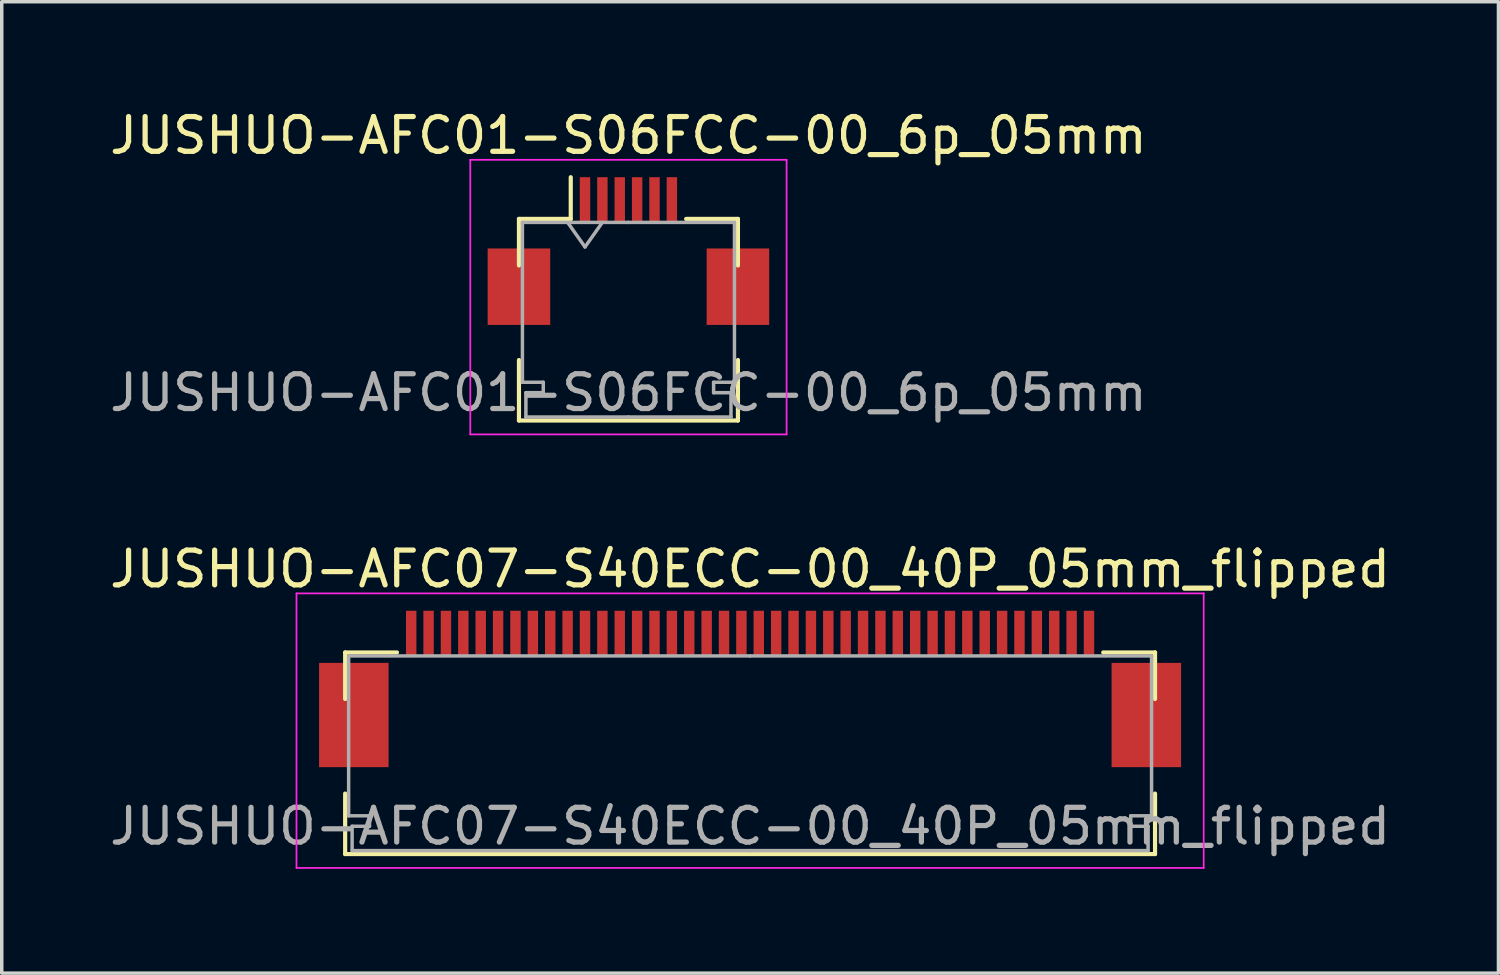
<source format=kicad_pcb>
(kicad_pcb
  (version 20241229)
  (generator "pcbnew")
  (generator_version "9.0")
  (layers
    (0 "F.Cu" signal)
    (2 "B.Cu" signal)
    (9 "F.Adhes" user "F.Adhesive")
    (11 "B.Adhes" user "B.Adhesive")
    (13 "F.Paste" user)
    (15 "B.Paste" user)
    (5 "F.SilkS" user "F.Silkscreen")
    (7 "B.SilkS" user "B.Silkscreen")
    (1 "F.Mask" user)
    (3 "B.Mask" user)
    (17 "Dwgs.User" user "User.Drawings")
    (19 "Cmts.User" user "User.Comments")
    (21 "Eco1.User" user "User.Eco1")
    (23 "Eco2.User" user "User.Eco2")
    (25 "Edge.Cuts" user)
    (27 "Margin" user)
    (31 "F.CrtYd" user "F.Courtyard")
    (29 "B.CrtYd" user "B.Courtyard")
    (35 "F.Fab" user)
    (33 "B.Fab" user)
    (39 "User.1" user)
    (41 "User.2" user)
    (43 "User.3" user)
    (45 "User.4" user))
  (footprint "JUSHUO-AFC07-S40ECC-00_40P_05mm_flipped"
    (layer "F.Cu")
    (at 18.53 17.021)
    (property "Reference" "JUSHUO-AFC07-S40ECC-00_40P_05mm_flipped" (at 0 -3.7 0) (layer "F.SilkS") (effects (font (size 1 1) (thickness 0.15))))
    (attr smd)
    (fp_line (start -11.65 -1.3) (end -11.65 0.04) (stroke (width 0.12) (type solid)) (layer "F.SilkS"))
    (fp_line (start -11.65 2.76) (end -11.65 4.5) (stroke (width 0.12) (type solid)) (layer "F.SilkS"))
    (fp_line (start -11.65 4.5) (end 11.65 4.5) (stroke (width 0.12) (type solid)) (layer "F.SilkS"))
    (fp_line (start -10.16 -1.3) (end -11.65 -1.3) (stroke (width 0.12) (type solid)) (layer "F.SilkS"))
    (fp_line (start 10.16 -1.3) (end 11.65 -1.3) (stroke (width 0.12) (type solid)) (layer "F.SilkS"))
    (fp_line (start 11.65 -1.3) (end 11.65 0.04) (stroke (width 0.12) (type solid)) (layer "F.SilkS"))
    (fp_line (start 11.65 4.5) (end 11.65 2.76) (stroke (width 0.12) (type solid)) (layer "F.SilkS"))
    (fp_line (start -13.05 -3) (end -13.05 4.9) (stroke (width 0.05) (type solid)) (layer "F.CrtYd"))
    (fp_line (start -13.05 4.9) (end 13.05 4.9) (stroke (width 0.05) (type solid)) (layer "F.CrtYd"))
    (fp_line (start 13.05 -3) (end -13.05 -3) (stroke (width 0.05) (type solid)) (layer "F.CrtYd"))
    (fp_line (start 13.05 4.9) (end 13.05 -3) (stroke (width 0.05) (type solid)) (layer "F.CrtYd"))
    (fp_line (start -11.55 -1.2) (end -11.55 3.4) (stroke (width 0.1) (type solid)) (layer "F.Fab"))
    (fp_line (start -11.55 3.4) (end -10.95 3.4) (stroke (width 0.1) (type solid)) (layer "F.Fab"))
    (fp_line (start -11.45 3.7) (end -11.45 4.4) (stroke (width 0.1) (type solid)) (layer "F.Fab"))
    (fp_line (start -11.45 4.4) (end 0 4.4) (stroke (width 0.1) (type solid)) (layer "F.Fab"))
    (fp_line (start -10.95 3.4) (end -10.95 3.7) (stroke (width 0.1) (type solid)) (layer "F.Fab"))
    (fp_line (start -10.95 3.7) (end -11.45 3.7) (stroke (width 0.1) (type solid)) (layer "F.Fab"))
    (fp_line (start 0 -1.2) (end -11.55 -1.2) (stroke (width 0.1) (type solid)) (layer "F.Fab"))
    (fp_line (start 0 -1.2) (end 11.55 -1.2) (stroke (width 0.1) (type solid)) (layer "F.Fab"))
    (fp_line (start 10.95 3.4) (end 10.95 3.7) (stroke (width 0.1) (type solid)) (layer "F.Fab"))
    (fp_line (start 10.95 3.7) (end 11.45 3.7) (stroke (width 0.1) (type solid)) (layer "F.Fab"))
    (fp_line (start 11.45 3.7) (end 11.45 4.4) (stroke (width 0.1) (type solid)) (layer "F.Fab"))
    (fp_line (start 11.45 4.4) (end 0 4.4) (stroke (width 0.1) (type solid)) (layer "F.Fab"))
    (fp_line (start 11.55 -1.2) (end 11.55 3.4) (stroke (width 0.1) (type solid)) (layer "F.Fab"))
    (fp_line (start 11.55 3.4) (end 10.95 3.4) (stroke (width 0.1) (type solid)) (layer "F.Fab"))
    (fp_text user "${REFERENCE}" (at 0 3.7 0) (layer "F.Fab") (effects (font (size 1 1) (thickness 0.15))))
    (pad "1" smd rect (at 9.75 -1.85) (size 0.3 1.3) (layers "F.Cu" "F.Mask" "F.Paste"))
    (pad "2" smd rect (at 9.25 -1.85) (size 0.3 1.3) (layers "F.Cu" "F.Mask" "F.Paste"))
    (pad "3" smd rect (at 8.75 -1.85) (size 0.3 1.3) (layers "F.Cu" "F.Mask" "F.Paste"))
    (pad "4" smd rect (at 8.25 -1.85) (size 0.3 1.3) (layers "F.Cu" "F.Mask" "F.Paste"))
    (pad "5" smd rect (at 7.75 -1.85) (size 0.3 1.3) (layers "F.Cu" "F.Mask" "F.Paste"))
    (pad "6" smd rect (at 7.25 -1.85) (size 0.3 1.3) (layers "F.Cu" "F.Mask" "F.Paste"))
    (pad "7" smd rect (at 6.75 -1.85) (size 0.3 1.3) (layers "F.Cu" "F.Mask" "F.Paste"))
    (pad "8" smd rect (at 6.25 -1.85) (size 0.3 1.3) (layers "F.Cu" "F.Mask" "F.Paste"))
    (pad "9" smd rect (at 5.75 -1.85) (size 0.3 1.3) (layers "F.Cu" "F.Mask" "F.Paste"))
    (pad "10" smd rect (at 5.25 -1.85) (size 0.3 1.3) (layers "F.Cu" "F.Mask" "F.Paste"))
    (pad "11" smd rect (at 4.75 -1.85) (size 0.3 1.3) (layers "F.Cu" "F.Mask" "F.Paste"))
    (pad "12" smd rect (at 4.25 -1.85) (size 0.3 1.3) (layers "F.Cu" "F.Mask" "F.Paste"))
    (pad "13" smd rect (at 3.75 -1.85) (size 0.3 1.3) (layers "F.Cu" "F.Mask" "F.Paste"))
    (pad "14" smd rect (at 3.25 -1.85) (size 0.3 1.3) (layers "F.Cu" "F.Mask" "F.Paste"))
    (pad "15" smd rect (at 2.75 -1.85) (size 0.3 1.3) (layers "F.Cu" "F.Mask" "F.Paste"))
    (pad "16" smd rect (at 2.25 -1.85) (size 0.3 1.3) (layers "F.Cu" "F.Mask" "F.Paste"))
    (pad "17" smd rect (at 1.75 -1.85) (size 0.3 1.3) (layers "F.Cu" "F.Mask" "F.Paste"))
    (pad "18" smd rect (at 1.25 -1.85) (size 0.3 1.3) (layers "F.Cu" "F.Mask" "F.Paste"))
    (pad "19" smd rect (at 0.75 -1.85) (size 0.3 1.3) (layers "F.Cu" "F.Mask" "F.Paste"))
    (pad "20" smd rect (at 0.25 -1.85) (size 0.3 1.3) (layers "F.Cu" "F.Mask" "F.Paste"))
    (pad "21" smd rect (at -0.25 -1.85) (size 0.3 1.3) (layers "F.Cu" "F.Mask" "F.Paste"))
    (pad "22" smd rect (at -0.75 -1.85) (size 0.3 1.3) (layers "F.Cu" "F.Mask" "F.Paste"))
    (pad "23" smd rect (at -1.25 -1.85) (size 0.3 1.3) (layers "F.Cu" "F.Mask" "F.Paste"))
    (pad "24" smd rect (at -1.75 -1.85) (size 0.3 1.3) (layers "F.Cu" "F.Mask" "F.Paste"))
    (pad "25" smd rect (at -2.25 -1.85) (size 0.3 1.3) (layers "F.Cu" "F.Mask" "F.Paste"))
    (pad "26" smd rect (at -2.75 -1.85) (size 0.3 1.3) (layers "F.Cu" "F.Mask" "F.Paste"))
    (pad "27" smd rect (at -3.25 -1.85) (size 0.3 1.3) (layers "F.Cu" "F.Mask" "F.Paste"))
    (pad "28" smd rect (at -3.75 -1.85) (size 0.3 1.3) (layers "F.Cu" "F.Mask" "F.Paste"))
    (pad "29" smd rect (at -4.25 -1.85) (size 0.3 1.3) (layers "F.Cu" "F.Mask" "F.Paste"))
    (pad "30" smd rect (at -4.75 -1.85) (size 0.3 1.3) (layers "F.Cu" "F.Mask" "F.Paste"))
    (pad "31" smd rect (at -5.25 -1.85) (size 0.3 1.3) (layers "F.Cu" "F.Mask" "F.Paste"))
    (pad "32" smd rect (at -5.75 -1.85) (size 0.3 1.3) (layers "F.Cu" "F.Mask" "F.Paste"))
    (pad "33" smd rect (at -6.25 -1.85) (size 0.3 1.3) (layers "F.Cu" "F.Mask" "F.Paste"))
    (pad "34" smd rect (at -6.75 -1.85) (size 0.3 1.3) (layers "F.Cu" "F.Mask" "F.Paste"))
    (pad "35" smd rect (at -7.25 -1.85) (size 0.3 1.3) (layers "F.Cu" "F.Mask" "F.Paste"))
    (pad "36" smd rect (at -7.75 -1.85) (size 0.3 1.3) (layers "F.Cu" "F.Mask" "F.Paste"))
    (pad "37" smd rect (at -8.25 -1.85) (size 0.3 1.3) (layers "F.Cu" "F.Mask" "F.Paste"))
    (pad "38" smd rect (at -8.75 -1.85) (size 0.3 1.3) (layers "F.Cu" "F.Mask" "F.Paste"))
    (pad "39" smd rect (at -9.25 -1.85) (size 0.3 1.3) (layers "F.Cu" "F.Mask" "F.Paste"))
    (pad "40" smd rect (at -9.75 -1.85) (size 0.3 1.3) (layers "F.Cu" "F.Mask" "F.Paste"))
    (pad "MP" smd rect (at -11.4 0.5) (size 2 3) (layers "F.Cu" "F.Mask" "F.Paste"))
    (pad "MP" smd rect (at 11.4 0.5) (size 2 3) (layers "F.Cu" "F.Mask" "F.Paste")))
  (footprint "JUSHUO-AFC01-S06FCC-00_6p_05mm"
    (layer "F.Cu")
    (at 15.03 4.548)
    (property "Reference" "JUSHUO-AFC01-S06FCC-00_6p_05mm" (at 0 -3.7 0) (layer "F.SilkS") (effects (font (size 1 1) (thickness 0.15))))
    (attr smd)
    (fp_line (start -3.15 -1.3) (end -3.15 0.04) (stroke (width 0.12) (type solid)) (layer "F.SilkS"))
    (fp_line (start -3.15 2.76) (end -3.15 4.5) (stroke (width 0.12) (type solid)) (layer "F.SilkS"))
    (fp_line (start -3.15 4.5) (end 3.15 4.5) (stroke (width 0.12) (type solid)) (layer "F.SilkS"))
    (fp_line (start -1.66 -1.3) (end -3.15 -1.3) (stroke (width 0.12) (type solid)) (layer "F.SilkS"))
    (fp_line (start -1.66 -1.3) (end -1.66 -2.5) (stroke (width 0.12) (type solid)) (layer "F.SilkS"))
    (fp_line (start 1.66 -1.3) (end 3.15 -1.3) (stroke (width 0.12) (type solid)) (layer "F.SilkS"))
    (fp_line (start 3.15 -1.3) (end 3.15 0.04) (stroke (width 0.12) (type solid)) (layer "F.SilkS"))
    (fp_line (start 3.15 4.5) (end 3.15 2.76) (stroke (width 0.12) (type solid)) (layer "F.SilkS"))
    (fp_line (start -4.55 -3) (end -4.55 4.9) (stroke (width 0.05) (type solid)) (layer "F.CrtYd"))
    (fp_line (start -4.55 4.9) (end 4.55 4.9) (stroke (width 0.05) (type solid)) (layer "F.CrtYd"))
    (fp_line (start 4.55 -3) (end -4.55 -3) (stroke (width 0.05) (type solid)) (layer "F.CrtYd"))
    (fp_line (start 4.55 4.9) (end 4.55 -3) (stroke (width 0.05) (type solid)) (layer "F.CrtYd"))
    (fp_line (start -3.05 -1.2) (end -3.05 3.4) (stroke (width 0.1) (type solid)) (layer "F.Fab"))
    (fp_line (start -3.05 3.4) (end -2.45 3.4) (stroke (width 0.1) (type solid)) (layer "F.Fab"))
    (fp_line (start -2.95 3.7) (end -2.95 4.4) (stroke (width 0.1) (type solid)) (layer "F.Fab"))
    (fp_line (start -2.95 4.4) (end 0 4.4) (stroke (width 0.1) (type solid)) (layer "F.Fab"))
    (fp_line (start -2.45 3.4) (end -2.45 3.7) (stroke (width 0.1) (type solid)) (layer "F.Fab"))
    (fp_line (start -2.45 3.7) (end -2.95 3.7) (stroke (width 0.1) (type solid)) (layer "F.Fab"))
    (fp_line (start -1.75 -1.2) (end -1.25 -0.493) (stroke (width 0.1) (type solid)) (layer "F.Fab"))
    (fp_line (start -1.25 -0.493) (end -0.75 -1.2) (stroke (width 0.1) (type solid)) (layer "F.Fab"))
    (fp_line (start 0 -1.2) (end -3.05 -1.2) (stroke (width 0.1) (type solid)) (layer "F.Fab"))
    (fp_line (start 0 -1.2) (end 3.05 -1.2) (stroke (width 0.1) (type solid)) (layer "F.Fab"))
    (fp_line (start 2.45 3.4) (end 2.45 3.7) (stroke (width 0.1) (type solid)) (layer "F.Fab"))
    (fp_line (start 2.45 3.7) (end 2.95 3.7) (stroke (width 0.1) (type solid)) (layer "F.Fab"))
    (fp_line (start 2.95 3.7) (end 2.95 4.4) (stroke (width 0.1) (type solid)) (layer "F.Fab"))
    (fp_line (start 2.95 4.4) (end 0 4.4) (stroke (width 0.1) (type solid)) (layer "F.Fab"))
    (fp_line (start 3.05 -1.2) (end 3.05 3.4) (stroke (width 0.1) (type solid)) (layer "F.Fab"))
    (fp_line (start 3.05 3.4) (end 2.45 3.4) (stroke (width 0.1) (type solid)) (layer "F.Fab"))
    (fp_text user "${REFERENCE}" (at 0 3.7 0) (layer "F.Fab") (effects (font (size 1 1) (thickness 0.15))))
    (pad "1" smd rect (at -1.25 -1.85) (size 0.3 1.3) (layers "F.Cu" "F.Mask" "F.Paste"))
    (pad "2" smd rect (at -0.75 -1.85) (size 0.3 1.3) (layers "F.Cu" "F.Mask" "F.Paste"))
    (pad "3" smd rect (at -0.25 -1.85) (size 0.3 1.3) (layers "F.Cu" "F.Mask" "F.Paste"))
    (pad "4" smd rect (at 0.25 -1.85) (size 0.3 1.3) (layers "F.Cu" "F.Mask" "F.Paste"))
    (pad "5" smd rect (at 0.75 -1.85) (size 0.3 1.3) (layers "F.Cu" "F.Mask" "F.Paste"))
    (pad "6" smd rect (at 1.25 -1.85) (size 0.3 1.3) (layers "F.Cu" "F.Mask" "F.Paste"))
    (pad "MP" smd rect (at -3.15 0.65) (size 1.8 2.2) (layers "F.Cu" "F.Mask" "F.Paste"))
    (pad "MP" smd rect (at 3.15 0.65) (size 1.8 2.2) (layers "F.Cu" "F.Mask" "F.Paste")))
  (gr_rect
    (start -3 -3)
    (end 40.06 24.947)
    (stroke (width 0.1) (type default))
    (fill no)
    (layer "Edge.Cuts")))
</source>
